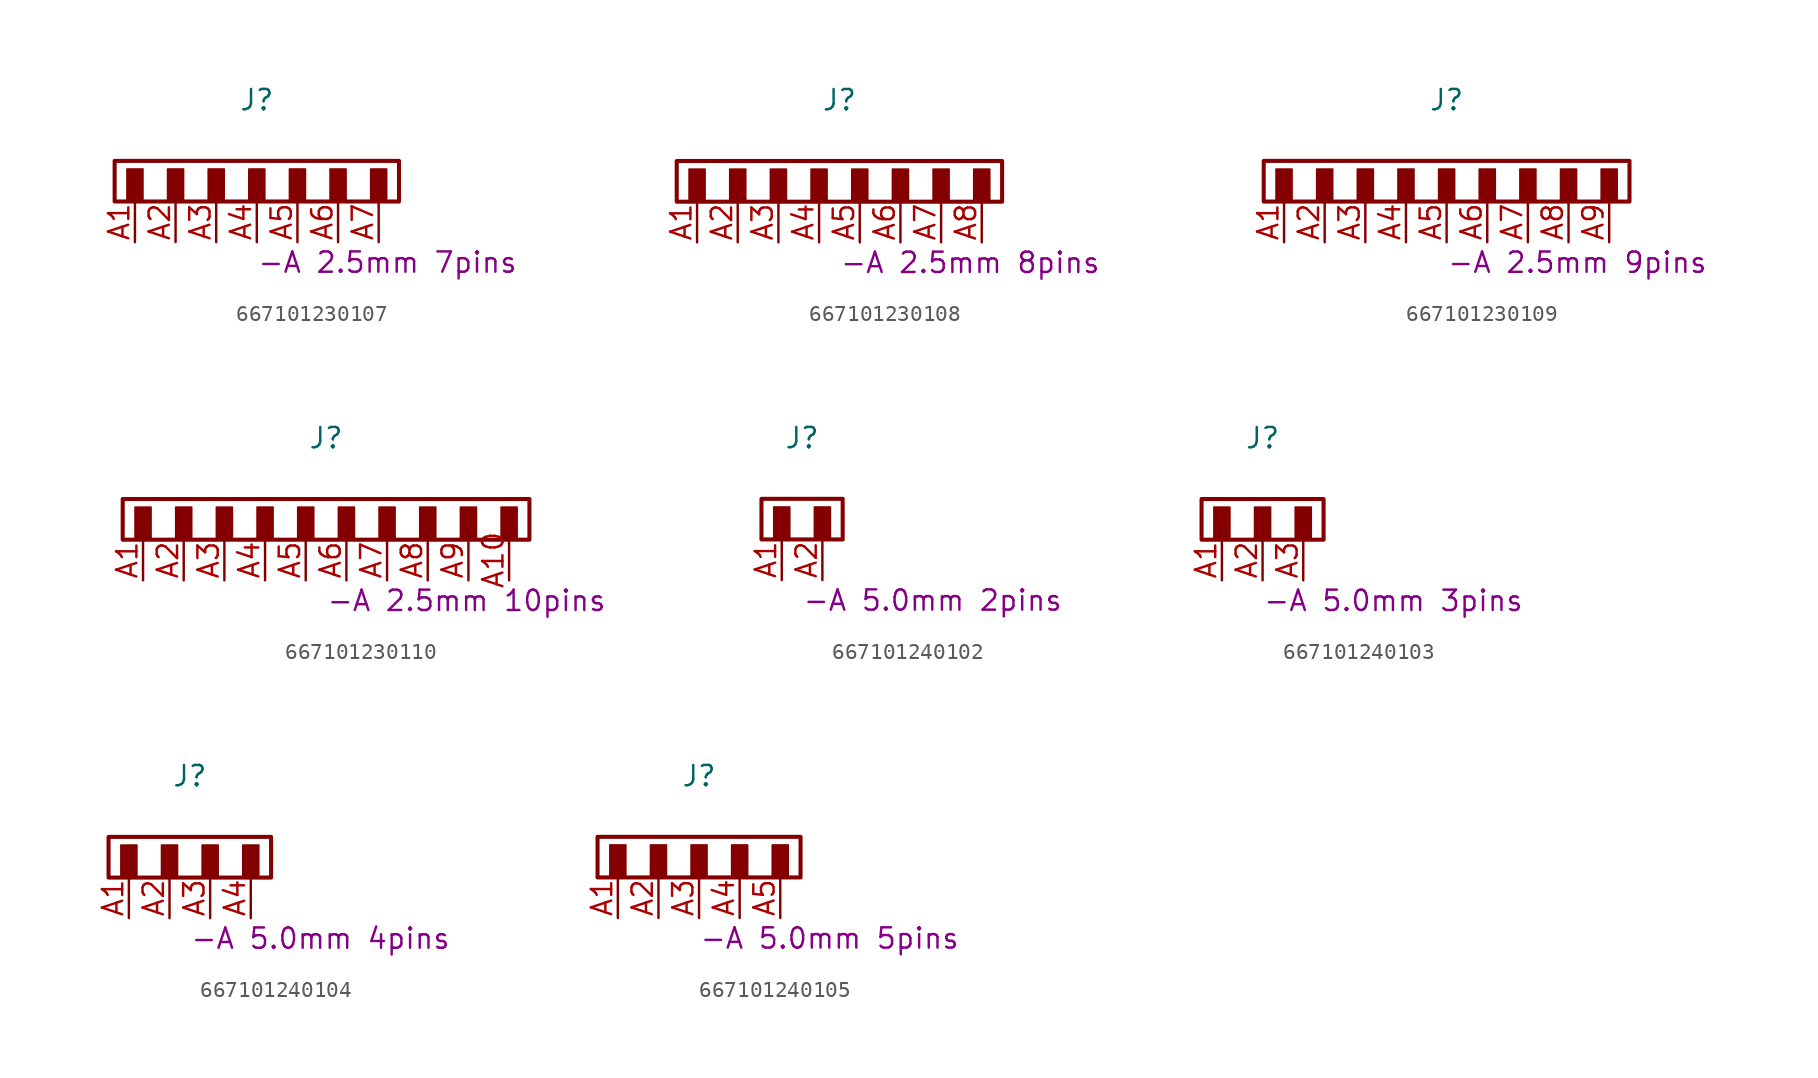
<source format=kicad_sym>
(kicad_symbol_lib
  (version 20220914)
  (generator kicad_symbol_editor)
  (symbol "667101230107"
    (pin_names hide)
    (property "Reference" "J"
      (at 0 5.08 0)
      (effects (font (size 1.27 1.27))))
    (property "Critical Parameter" "-A 2.5mm 7pins"
      (at 0 -5.08 0)
      (effects (font (size 1.27 1.27)) (justify left)))
    (symbol "667101230107_0_1"
      (rectangle (start -8.89 1.27) (end 8.89 -1.27) (stroke (width 0.254) (type default)) (fill (type none)))
      (rectangle (start -8.12 0.762) (end -7.12 -1.27) (stroke (width 0.1) (type default)) (fill (type outline)))
      (rectangle (start -5.58 0.762) (end -4.58 -1.27) (stroke (width 0.1) (type default)) (fill (type outline)))
      (rectangle (start -3.04 0.762) (end -2.04 -1.27) (stroke (width 0.1) (type default)) (fill (type outline)))
      (rectangle (start -0.5 0.762) (end 0.5 -1.27) (stroke (width 0.1) (type default)) (fill (type outline)))
      (rectangle (start 2.04 0.762) (end 3.04 -1.27) (stroke (width 0.1) (type default)) (fill (type outline)))
      (rectangle (start 4.58 0.762) (end 5.58 -1.27) (stroke (width 0.1) (type default)) (fill (type outline)))
      (rectangle (start 7.12 0.762) (end 8.12 -1.27) (stroke (width 0.1) (type default)) (fill (type outline))))
    (symbol "667101230107_1_1"
      (pin passive line (at -7.62 -3.81 90) (length 2.54) (name "A1" (effects (font (size 1.27 1.27)))) (number "A1" (effects (font (size 1.27 1.27)))))
      (pin passive line (at -7.62 -3.81 90) (length 2.54) hide (name "B1" (effects (font (size 1.27 1.27)))) (number "B1" (effects (font (size 1.27 1.27)))))
      (pin passive line (at -5.08 -3.81 90) (length 2.54) (name "A2" (effects (font (size 1.27 1.27)))) (number "A2" (effects (font (size 1.27 1.27)))))
      (pin passive line (at -5.08 -3.81 90) (length 2.54) hide (name "B2" (effects (font (size 1.27 1.27)))) (number "B2" (effects (font (size 1.27 1.27)))))
      (pin passive line (at -2.54 -3.81 90) (length 2.54) (name "A3" (effects (font (size 1.27 1.27)))) (number "A3" (effects (font (size 1.27 1.27)))))
      (pin passive line (at -2.54 -3.81 90) (length 2.54) hide (name "B3" (effects (font (size 1.27 1.27)))) (number "B3" (effects (font (size 1.27 1.27)))))
      (pin passive line (at 0.0 -3.81 90) (length 2.54) (name "A4" (effects (font (size 1.27 1.27)))) (number "A4" (effects (font (size 1.27 1.27)))))
      (pin passive line (at 0.0 -3.81 90) (length 2.54) hide (name "B4" (effects (font (size 1.27 1.27)))) (number "B4" (effects (font (size 1.27 1.27)))))
      (pin passive line (at 2.54 -3.81 90) (length 2.54) (name "A5" (effects (font (size 1.27 1.27)))) (number "A5" (effects (font (size 1.27 1.27)))))
      (pin passive line (at 2.54 -3.81 90) (length 2.54) hide (name "B5" (effects (font (size 1.27 1.27)))) (number "B5" (effects (font (size 1.27 1.27)))))
      (pin passive line (at 5.08 -3.81 90) (length 2.54) (name "A6" (effects (font (size 1.27 1.27)))) (number "A6" (effects (font (size 1.27 1.27)))))
      (pin passive line (at 5.08 -3.81 90) (length 2.54) hide (name "B6" (effects (font (size 1.27 1.27)))) (number "B6" (effects (font (size 1.27 1.27)))))
      (pin passive line (at 7.62 -3.81 90) (length 2.54) (name "A7" (effects (font (size 1.27 1.27)))) (number "A7" (effects (font (size 1.27 1.27)))))
      (pin passive line (at 7.62 -3.81 90) (length 2.54) hide (name "B7" (effects (font (size 1.27 1.27)))) (number "B7" (effects (font (size 1.27 1.27)))))))
  (symbol "667101230108"
    (pin_names hide)
    (property "Reference" "J"
      (at 0 5.08 0)
      (effects (font (size 1.27 1.27))))
    (property "Critical Parameter" "-A 2.5mm 8pins"
      (at 0 -5.08 0)
      (effects (font (size 1.27 1.27)) (justify left)))
    (symbol "667101230108_0_1"
      (rectangle (start -10.16 1.27) (end 10.16 -1.27) (stroke (width 0.254) (type default)) (fill (type none)))
      (rectangle (start -9.39 0.762) (end -8.39 -1.27) (stroke (width 0.1) (type default)) (fill (type outline)))
      (rectangle (start -6.85 0.762) (end -5.85 -1.27) (stroke (width 0.1) (type default)) (fill (type outline)))
      (rectangle (start -4.31 0.762) (end -3.31 -1.27) (stroke (width 0.1) (type default)) (fill (type outline)))
      (rectangle (start -1.77 0.762) (end -0.77 -1.27) (stroke (width 0.1) (type default)) (fill (type outline)))
      (rectangle (start 0.77 0.762) (end 1.77 -1.27) (stroke (width 0.1) (type default)) (fill (type outline)))
      (rectangle (start 3.31 0.762) (end 4.31 -1.27) (stroke (width 0.1) (type default)) (fill (type outline)))
      (rectangle (start 5.85 0.762) (end 6.85 -1.27) (stroke (width 0.1) (type default)) (fill (type outline)))
      (rectangle (start 8.39 0.762) (end 9.39 -1.27) (stroke (width 0.1) (type default)) (fill (type outline))))
    (symbol "667101230108_1_1"
      (pin passive line (at -8.89 -3.81 90) (length 2.54) (name "A1" (effects (font (size 1.27 1.27)))) (number "A1" (effects (font (size 1.27 1.27)))))
      (pin passive line (at -8.89 -3.81 90) (length 2.54) hide (name "B1" (effects (font (size 1.27 1.27)))) (number "B1" (effects (font (size 1.27 1.27)))))
      (pin passive line (at -6.35 -3.81 90) (length 2.54) (name "A2" (effects (font (size 1.27 1.27)))) (number "A2" (effects (font (size 1.27 1.27)))))
      (pin passive line (at -6.35 -3.81 90) (length 2.54) hide (name "B2" (effects (font (size 1.27 1.27)))) (number "B2" (effects (font (size 1.27 1.27)))))
      (pin passive line (at -3.81 -3.81 90) (length 2.54) (name "A3" (effects (font (size 1.27 1.27)))) (number "A3" (effects (font (size 1.27 1.27)))))
      (pin passive line (at -3.81 -3.81 90) (length 2.54) hide (name "B3" (effects (font (size 1.27 1.27)))) (number "B3" (effects (font (size 1.27 1.27)))))
      (pin passive line (at -1.27 -3.81 90) (length 2.54) (name "A4" (effects (font (size 1.27 1.27)))) (number "A4" (effects (font (size 1.27 1.27)))))
      (pin passive line (at -1.27 -3.81 90) (length 2.54) hide (name "B4" (effects (font (size 1.27 1.27)))) (number "B4" (effects (font (size 1.27 1.27)))))
      (pin passive line (at 1.27 -3.81 90) (length 2.54) (name "A5" (effects (font (size 1.27 1.27)))) (number "A5" (effects (font (size 1.27 1.27)))))
      (pin passive line (at 1.27 -3.81 90) (length 2.54) hide (name "B5" (effects (font (size 1.27 1.27)))) (number "B5" (effects (font (size 1.27 1.27)))))
      (pin passive line (at 3.81 -3.81 90) (length 2.54) (name "A6" (effects (font (size 1.27 1.27)))) (number "A6" (effects (font (size 1.27 1.27)))))
      (pin passive line (at 3.81 -3.81 90) (length 2.54) hide (name "B6" (effects (font (size 1.27 1.27)))) (number "B6" (effects (font (size 1.27 1.27)))))
      (pin passive line (at 6.35 -3.81 90) (length 2.54) (name "A7" (effects (font (size 1.27 1.27)))) (number "A7" (effects (font (size 1.27 1.27)))))
      (pin passive line (at 6.35 -3.81 90) (length 2.54) hide (name "B7" (effects (font (size 1.27 1.27)))) (number "B7" (effects (font (size 1.27 1.27)))))
      (pin passive line (at 8.89 -3.81 90) (length 2.54) (name "A8" (effects (font (size 1.27 1.27)))) (number "A8" (effects (font (size 1.27 1.27)))))
      (pin passive line (at 8.89 -3.81 90) (length 2.54) hide (name "B8" (effects (font (size 1.27 1.27)))) (number "B8" (effects (font (size 1.27 1.27)))))))
  (symbol "667101230109"
    (pin_names hide)
    (property "Reference" "J"
      (at 0 5.08 0)
      (effects (font (size 1.27 1.27))))
    (property "Critical Parameter" "-A 2.5mm 9pins"
      (at 0 -5.08 0)
      (effects (font (size 1.27 1.27)) (justify left)))
    (symbol "667101230109_0_1"
      (rectangle (start -11.43 1.27) (end 11.43 -1.27) (stroke (width 0.254) (type default)) (fill (type none)))
      (rectangle (start -10.66 0.762) (end -9.66 -1.27) (stroke (width 0.1) (type default)) (fill (type outline)))
      (rectangle (start -8.12 0.762) (end -7.12 -1.27) (stroke (width 0.1) (type default)) (fill (type outline)))
      (rectangle (start -5.58 0.762) (end -4.58 -1.27) (stroke (width 0.1) (type default)) (fill (type outline)))
      (rectangle (start -3.04 0.762) (end -2.04 -1.27) (stroke (width 0.1) (type default)) (fill (type outline)))
      (rectangle (start -0.5 0.762) (end 0.5 -1.27) (stroke (width 0.1) (type default)) (fill (type outline)))
      (rectangle (start 2.04 0.762) (end 3.04 -1.27) (stroke (width 0.1) (type default)) (fill (type outline)))
      (rectangle (start 4.58 0.762) (end 5.58 -1.27) (stroke (width 0.1) (type default)) (fill (type outline)))
      (rectangle (start 7.12 0.762) (end 8.12 -1.27) (stroke (width 0.1) (type default)) (fill (type outline)))
      (rectangle (start 9.66 0.762) (end 10.66 -1.27) (stroke (width 0.1) (type default)) (fill (type outline))))
    (symbol "667101230109_1_1"
      (pin passive line (at -10.16 -3.81 90) (length 2.54) (name "A1" (effects (font (size 1.27 1.27)))) (number "A1" (effects (font (size 1.27 1.27)))))
      (pin passive line (at -10.16 -3.81 90) (length 2.54) hide (name "B1" (effects (font (size 1.27 1.27)))) (number "B1" (effects (font (size 1.27 1.27)))))
      (pin passive line (at -7.62 -3.81 90) (length 2.54) (name "A2" (effects (font (size 1.27 1.27)))) (number "A2" (effects (font (size 1.27 1.27)))))
      (pin passive line (at -7.62 -3.81 90) (length 2.54) hide (name "B2" (effects (font (size 1.27 1.27)))) (number "B2" (effects (font (size 1.27 1.27)))))
      (pin passive line (at -5.08 -3.81 90) (length 2.54) (name "A3" (effects (font (size 1.27 1.27)))) (number "A3" (effects (font (size 1.27 1.27)))))
      (pin passive line (at -5.08 -3.81 90) (length 2.54) hide (name "B3" (effects (font (size 1.27 1.27)))) (number "B3" (effects (font (size 1.27 1.27)))))
      (pin passive line (at -2.54 -3.81 90) (length 2.54) (name "A4" (effects (font (size 1.27 1.27)))) (number "A4" (effects (font (size 1.27 1.27)))))
      (pin passive line (at -2.54 -3.81 90) (length 2.54) hide (name "B4" (effects (font (size 1.27 1.27)))) (number "B4" (effects (font (size 1.27 1.27)))))
      (pin passive line (at 0.0 -3.81 90) (length 2.54) (name "A5" (effects (font (size 1.27 1.27)))) (number "A5" (effects (font (size 1.27 1.27)))))
      (pin passive line (at 0.0 -3.81 90) (length 2.54) hide (name "B5" (effects (font (size 1.27 1.27)))) (number "B5" (effects (font (size 1.27 1.27)))))
      (pin passive line (at 2.54 -3.81 90) (length 2.54) (name "A6" (effects (font (size 1.27 1.27)))) (number "A6" (effects (font (size 1.27 1.27)))))
      (pin passive line (at 2.54 -3.81 90) (length 2.54) hide (name "B6" (effects (font (size 1.27 1.27)))) (number "B6" (effects (font (size 1.27 1.27)))))
      (pin passive line (at 5.08 -3.81 90) (length 2.54) (name "A7" (effects (font (size 1.27 1.27)))) (number "A7" (effects (font (size 1.27 1.27)))))
      (pin passive line (at 5.08 -3.81 90) (length 2.54) hide (name "B7" (effects (font (size 1.27 1.27)))) (number "B7" (effects (font (size 1.27 1.27)))))
      (pin passive line (at 7.62 -3.81 90) (length 2.54) (name "A8" (effects (font (size 1.27 1.27)))) (number "A8" (effects (font (size 1.27 1.27)))))
      (pin passive line (at 7.62 -3.81 90) (length 2.54) hide (name "B8" (effects (font (size 1.27 1.27)))) (number "B8" (effects (font (size 1.27 1.27)))))
      (pin passive line (at 10.16 -3.81 90) (length 2.54) (name "A9" (effects (font (size 1.27 1.27)))) (number "A9" (effects (font (size 1.27 1.27)))))
      (pin passive line (at 10.16 -3.81 90) (length 2.54) hide (name "B9" (effects (font (size 1.27 1.27)))) (number "B9" (effects (font (size 1.27 1.27)))))))
  (symbol "667101230110"
    (pin_names hide)
    (property "Reference" "J"
      (at 0 5.08 0)
      (effects (font (size 1.27 1.27))))
    (property "Critical Parameter" "-A 2.5mm 10pins"
      (at 0 -5.08 0)
      (effects (font (size 1.27 1.27)) (justify left)))
    (symbol "667101230110_0_1"
      (rectangle (start -12.7 1.27) (end 12.7 -1.27) (stroke (width 0.254) (type default)) (fill (type none)))
      (rectangle (start -11.93 0.762) (end -10.93 -1.27) (stroke (width 0.1) (type default)) (fill (type outline)))
      (rectangle (start -9.39 0.762) (end -8.39 -1.27) (stroke (width 0.1) (type default)) (fill (type outline)))
      (rectangle (start -6.85 0.762) (end -5.85 -1.27) (stroke (width 0.1) (type default)) (fill (type outline)))
      (rectangle (start -4.31 0.762) (end -3.31 -1.27) (stroke (width 0.1) (type default)) (fill (type outline)))
      (rectangle (start -1.77 0.762) (end -0.77 -1.27) (stroke (width 0.1) (type default)) (fill (type outline)))
      (rectangle (start 0.77 0.762) (end 1.77 -1.27) (stroke (width 0.1) (type default)) (fill (type outline)))
      (rectangle (start 3.31 0.762) (end 4.31 -1.27) (stroke (width 0.1) (type default)) (fill (type outline)))
      (rectangle (start 5.85 0.762) (end 6.85 -1.27) (stroke (width 0.1) (type default)) (fill (type outline)))
      (rectangle (start 8.39 0.762) (end 9.39 -1.27) (stroke (width 0.1) (type default)) (fill (type outline)))
      (rectangle (start 10.93 0.762) (end 11.93 -1.27) (stroke (width 0.1) (type default)) (fill (type outline))))
    (symbol "667101230110_1_1"
      (pin passive line (at -11.43 -3.81 90) (length 2.54) (name "A1" (effects (font (size 1.27 1.27)))) (number "A1" (effects (font (size 1.27 1.27)))))
      (pin passive line (at -11.43 -3.81 90) (length 2.54) hide (name "B1" (effects (font (size 1.27 1.27)))) (number "B1" (effects (font (size 1.27 1.27)))))
      (pin passive line (at -8.89 -3.81 90) (length 2.54) (name "A2" (effects (font (size 1.27 1.27)))) (number "A2" (effects (font (size 1.27 1.27)))))
      (pin passive line (at -8.89 -3.81 90) (length 2.54) hide (name "B2" (effects (font (size 1.27 1.27)))) (number "B2" (effects (font (size 1.27 1.27)))))
      (pin passive line (at -6.35 -3.81 90) (length 2.54) (name "A3" (effects (font (size 1.27 1.27)))) (number "A3" (effects (font (size 1.27 1.27)))))
      (pin passive line (at -6.35 -3.81 90) (length 2.54) hide (name "B3" (effects (font (size 1.27 1.27)))) (number "B3" (effects (font (size 1.27 1.27)))))
      (pin passive line (at -3.81 -3.81 90) (length 2.54) (name "A4" (effects (font (size 1.27 1.27)))) (number "A4" (effects (font (size 1.27 1.27)))))
      (pin passive line (at -3.81 -3.81 90) (length 2.54) hide (name "B4" (effects (font (size 1.27 1.27)))) (number "B4" (effects (font (size 1.27 1.27)))))
      (pin passive line (at -1.27 -3.81 90) (length 2.54) (name "A5" (effects (font (size 1.27 1.27)))) (number "A5" (effects (font (size 1.27 1.27)))))
      (pin passive line (at -1.27 -3.81 90) (length 2.54) hide (name "B5" (effects (font (size 1.27 1.27)))) (number "B5" (effects (font (size 1.27 1.27)))))
      (pin passive line (at 1.27 -3.81 90) (length 2.54) (name "A6" (effects (font (size 1.27 1.27)))) (number "A6" (effects (font (size 1.27 1.27)))))
      (pin passive line (at 1.27 -3.81 90) (length 2.54) hide (name "B6" (effects (font (size 1.27 1.27)))) (number "B6" (effects (font (size 1.27 1.27)))))
      (pin passive line (at 3.81 -3.81 90) (length 2.54) (name "A7" (effects (font (size 1.27 1.27)))) (number "A7" (effects (font (size 1.27 1.27)))))
      (pin passive line (at 3.81 -3.81 90) (length 2.54) hide (name "B7" (effects (font (size 1.27 1.27)))) (number "B7" (effects (font (size 1.27 1.27)))))
      (pin passive line (at 6.35 -3.81 90) (length 2.54) (name "A8" (effects (font (size 1.27 1.27)))) (number "A8" (effects (font (size 1.27 1.27)))))
      (pin passive line (at 6.35 -3.81 90) (length 2.54) hide (name "B8" (effects (font (size 1.27 1.27)))) (number "B8" (effects (font (size 1.27 1.27)))))
      (pin passive line (at 8.89 -3.81 90) (length 2.54) (name "A9" (effects (font (size 1.27 1.27)))) (number "A9" (effects (font (size 1.27 1.27)))))
      (pin passive line (at 8.89 -3.81 90) (length 2.54) hide (name "B9" (effects (font (size 1.27 1.27)))) (number "B9" (effects (font (size 1.27 1.27)))))
      (pin passive line (at 11.43 -3.81 90) (length 2.54) (name "A10" (effects (font (size 1.27 1.27)))) (number "A10" (effects (font (size 1.27 1.27)))))
      (pin passive line (at 11.43 -3.81 90) (length 2.54) hide (name "B10" (effects (font (size 1.27 1.27)))) (number "B10" (effects (font (size 1.27 1.27)))))))
  (symbol "667101240102"
    (pin_names hide)
    (property "Reference" "J"
      (at 0 5.08 0)
      (effects (font (size 1.27 1.27))))
    (property "Critical Parameter" "-A 5.0mm 2pins"
      (at 0 -5.08 0)
      (effects (font (size 1.27 1.27)) (justify left)))
    (symbol "667101240102_0_1"
      (rectangle (start -2.54 1.27) (end 2.54 -1.27) (stroke (width 0.254) (type default)) (fill (type none)))
      (rectangle (start -1.77 0.762) (end -0.77 -1.27) (stroke (width 0.1) (type default)) (fill (type outline)))
      (rectangle (start 0.77 0.762) (end 1.77 -1.27) (stroke (width 0.1) (type default)) (fill (type outline))))
    (symbol "667101240102_1_1"
      (pin passive line (at -1.27 -3.81 90) (length 2.54) (name "A1" (effects (font (size 1.27 1.27)))) (number "A1" (effects (font (size 1.27 1.27)))))
      (pin passive line (at -1.27 -3.81 90) (length 2.54) hide (name "B1" (effects (font (size 1.27 1.27)))) (number "B1" (effects (font (size 1.27 1.27)))))
      (pin passive line (at 1.27 -3.81 90) (length 2.54) (name "A2" (effects (font (size 1.27 1.27)))) (number "A2" (effects (font (size 1.27 1.27)))))
      (pin passive line (at 1.27 -3.81 90) (length 2.54) hide (name "B2" (effects (font (size 1.27 1.27)))) (number "B2" (effects (font (size 1.27 1.27)))))))
  (symbol "667101240103"
    (pin_names hide)
    (property "Reference" "J"
      (at 0 5.08 0)
      (effects (font (size 1.27 1.27))))
    (property "Critical Parameter" "-A 5.0mm 3pins"
      (at 0 -5.08 0)
      (effects (font (size 1.27 1.27)) (justify left)))
    (symbol "667101240103_0_1"
      (rectangle (start -3.81 1.27) (end 3.81 -1.27) (stroke (width 0.254) (type default)) (fill (type none)))
      (rectangle (start -3.04 0.762) (end -2.04 -1.27) (stroke (width 0.1) (type default)) (fill (type outline)))
      (rectangle (start -0.5 0.762) (end 0.5 -1.27) (stroke (width 0.1) (type default)) (fill (type outline)))
      (rectangle (start 2.04 0.762) (end 3.04 -1.27) (stroke (width 0.1) (type default)) (fill (type outline))))
    (symbol "667101240103_1_1"
      (pin passive line (at -2.54 -3.81 90) (length 2.54) (name "A1" (effects (font (size 1.27 1.27)))) (number "A1" (effects (font (size 1.27 1.27)))))
      (pin passive line (at -2.54 -3.81 90) (length 2.54) hide (name "B1" (effects (font (size 1.27 1.27)))) (number "B1" (effects (font (size 1.27 1.27)))))
      (pin passive line (at 0.0 -3.81 90) (length 2.54) (name "A2" (effects (font (size 1.27 1.27)))) (number "A2" (effects (font (size 1.27 1.27)))))
      (pin passive line (at 0.0 -3.81 90) (length 2.54) hide (name "B2" (effects (font (size 1.27 1.27)))) (number "B2" (effects (font (size 1.27 1.27)))))
      (pin passive line (at 2.54 -3.81 90) (length 2.54) (name "A3" (effects (font (size 1.27 1.27)))) (number "A3" (effects (font (size 1.27 1.27)))))
      (pin passive line (at 2.54 -3.81 90) (length 2.54) hide (name "B3" (effects (font (size 1.27 1.27)))) (number "B3" (effects (font (size 1.27 1.27)))))))
  (symbol "667101240104"
    (pin_names hide)
    (property "Reference" "J"
      (at 0 5.08 0)
      (effects (font (size 1.27 1.27))))
    (property "Critical Parameter" "-A 5.0mm 4pins"
      (at 0 -5.08 0)
      (effects (font (size 1.27 1.27)) (justify left)))
    (symbol "667101240104_0_1"
      (rectangle (start -5.08 1.27) (end 5.08 -1.27) (stroke (width 0.254) (type default)) (fill (type none)))
      (rectangle (start -4.31 0.762) (end -3.31 -1.27) (stroke (width 0.1) (type default)) (fill (type outline)))
      (rectangle (start -1.77 0.762) (end -0.77 -1.27) (stroke (width 0.1) (type default)) (fill (type outline)))
      (rectangle (start 0.77 0.762) (end 1.77 -1.27) (stroke (width 0.1) (type default)) (fill (type outline)))
      (rectangle (start 3.31 0.762) (end 4.31 -1.27) (stroke (width 0.1) (type default)) (fill (type outline))))
    (symbol "667101240104_1_1"
      (pin passive line (at -3.81 -3.81 90) (length 2.54) (name "A1" (effects (font (size 1.27 1.27)))) (number "A1" (effects (font (size 1.27 1.27)))))
      (pin passive line (at -3.81 -3.81 90) (length 2.54) hide (name "B1" (effects (font (size 1.27 1.27)))) (number "B1" (effects (font (size 1.27 1.27)))))
      (pin passive line (at -1.27 -3.81 90) (length 2.54) (name "A2" (effects (font (size 1.27 1.27)))) (number "A2" (effects (font (size 1.27 1.27)))))
      (pin passive line (at -1.27 -3.81 90) (length 2.54) hide (name "B2" (effects (font (size 1.27 1.27)))) (number "B2" (effects (font (size 1.27 1.27)))))
      (pin passive line (at 1.27 -3.81 90) (length 2.54) (name "A3" (effects (font (size 1.27 1.27)))) (number "A3" (effects (font (size 1.27 1.27)))))
      (pin passive line (at 1.27 -3.81 90) (length 2.54) hide (name "B3" (effects (font (size 1.27 1.27)))) (number "B3" (effects (font (size 1.27 1.27)))))
      (pin passive line (at 3.81 -3.81 90) (length 2.54) (name "A4" (effects (font (size 1.27 1.27)))) (number "A4" (effects (font (size 1.27 1.27)))))
      (pin passive line (at 3.81 -3.81 90) (length 2.54) hide (name "B4" (effects (font (size 1.27 1.27)))) (number "B4" (effects (font (size 1.27 1.27)))))))
  (symbol "667101240105"
    (pin_names hide)
    (property "Reference" "J"
      (at 0 5.08 0)
      (effects (font (size 1.27 1.27))))
    (property "Critical Parameter" "-A 5.0mm 5pins"
      (at 0 -5.08 0)
      (effects (font (size 1.27 1.27)) (justify left)))
    (symbol "667101240105_0_1"
      (rectangle (start -6.35 1.27) (end 6.35 -1.27) (stroke (width 0.254) (type default)) (fill (type none)))
      (rectangle (start -5.58 0.762) (end -4.58 -1.27) (stroke (width 0.1) (type default)) (fill (type outline)))
      (rectangle (start -3.04 0.762) (end -2.04 -1.27) (stroke (width 0.1) (type default)) (fill (type outline)))
      (rectangle (start -0.5 0.762) (end 0.5 -1.27) (stroke (width 0.1) (type default)) (fill (type outline)))
      (rectangle (start 2.04 0.762) (end 3.04 -1.27) (stroke (width 0.1) (type default)) (fill (type outline)))
      (rectangle (start 4.58 0.762) (end 5.58 -1.27) (stroke (width 0.1) (type default)) (fill (type outline))))
    (symbol "667101240105_1_1"
      (pin passive line (at -5.08 -3.81 90) (length 2.54) (name "A1" (effects (font (size 1.27 1.27)))) (number "A1" (effects (font (size 1.27 1.27)))))
      (pin passive line (at -5.08 -3.81 90) (length 2.54) hide (name "B1" (effects (font (size 1.27 1.27)))) (number "B1" (effects (font (size 1.27 1.27)))))
      (pin passive line (at -2.54 -3.81 90) (length 2.54) (name "A2" (effects (font (size 1.27 1.27)))) (number "A2" (effects (font (size 1.27 1.27)))))
      (pin passive line (at -2.54 -3.81 90) (length 2.54) hide (name "B2" (effects (font (size 1.27 1.27)))) (number "B2" (effects (font (size 1.27 1.27)))))
      (pin passive line (at 0.0 -3.81 90) (length 2.54) (name "A3" (effects (font (size 1.27 1.27)))) (number "A3" (effects (font (size 1.27 1.27)))))
      (pin passive line (at 0.0 -3.81 90) (length 2.54) hide (name "B3" (effects (font (size 1.27 1.27)))) (number "B3" (effects (font (size 1.27 1.27)))))
      (pin passive line (at 2.54 -3.81 90) (length 2.54) (name "A4" (effects (font (size 1.27 1.27)))) (number "A4" (effects (font (size 1.27 1.27)))))
      (pin passive line (at 2.54 -3.81 90) (length 2.54) hide (name "B4" (effects (font (size 1.27 1.27)))) (number "B4" (effects (font (size 1.27 1.27)))))
      (pin passive line (at 5.08 -3.81 90) (length 2.54) (name "A5" (effects (font (size 1.27 1.27)))) (number "A5" (effects (font (size 1.27 1.27)))))
      (pin passive line (at 5.08 -3.81 90) (length 2.54) hide (name "B5" (effects (font (size 1.27 1.27)))) (number "B5" (effects (font (size 1.27 1.27))))))))
</source>
